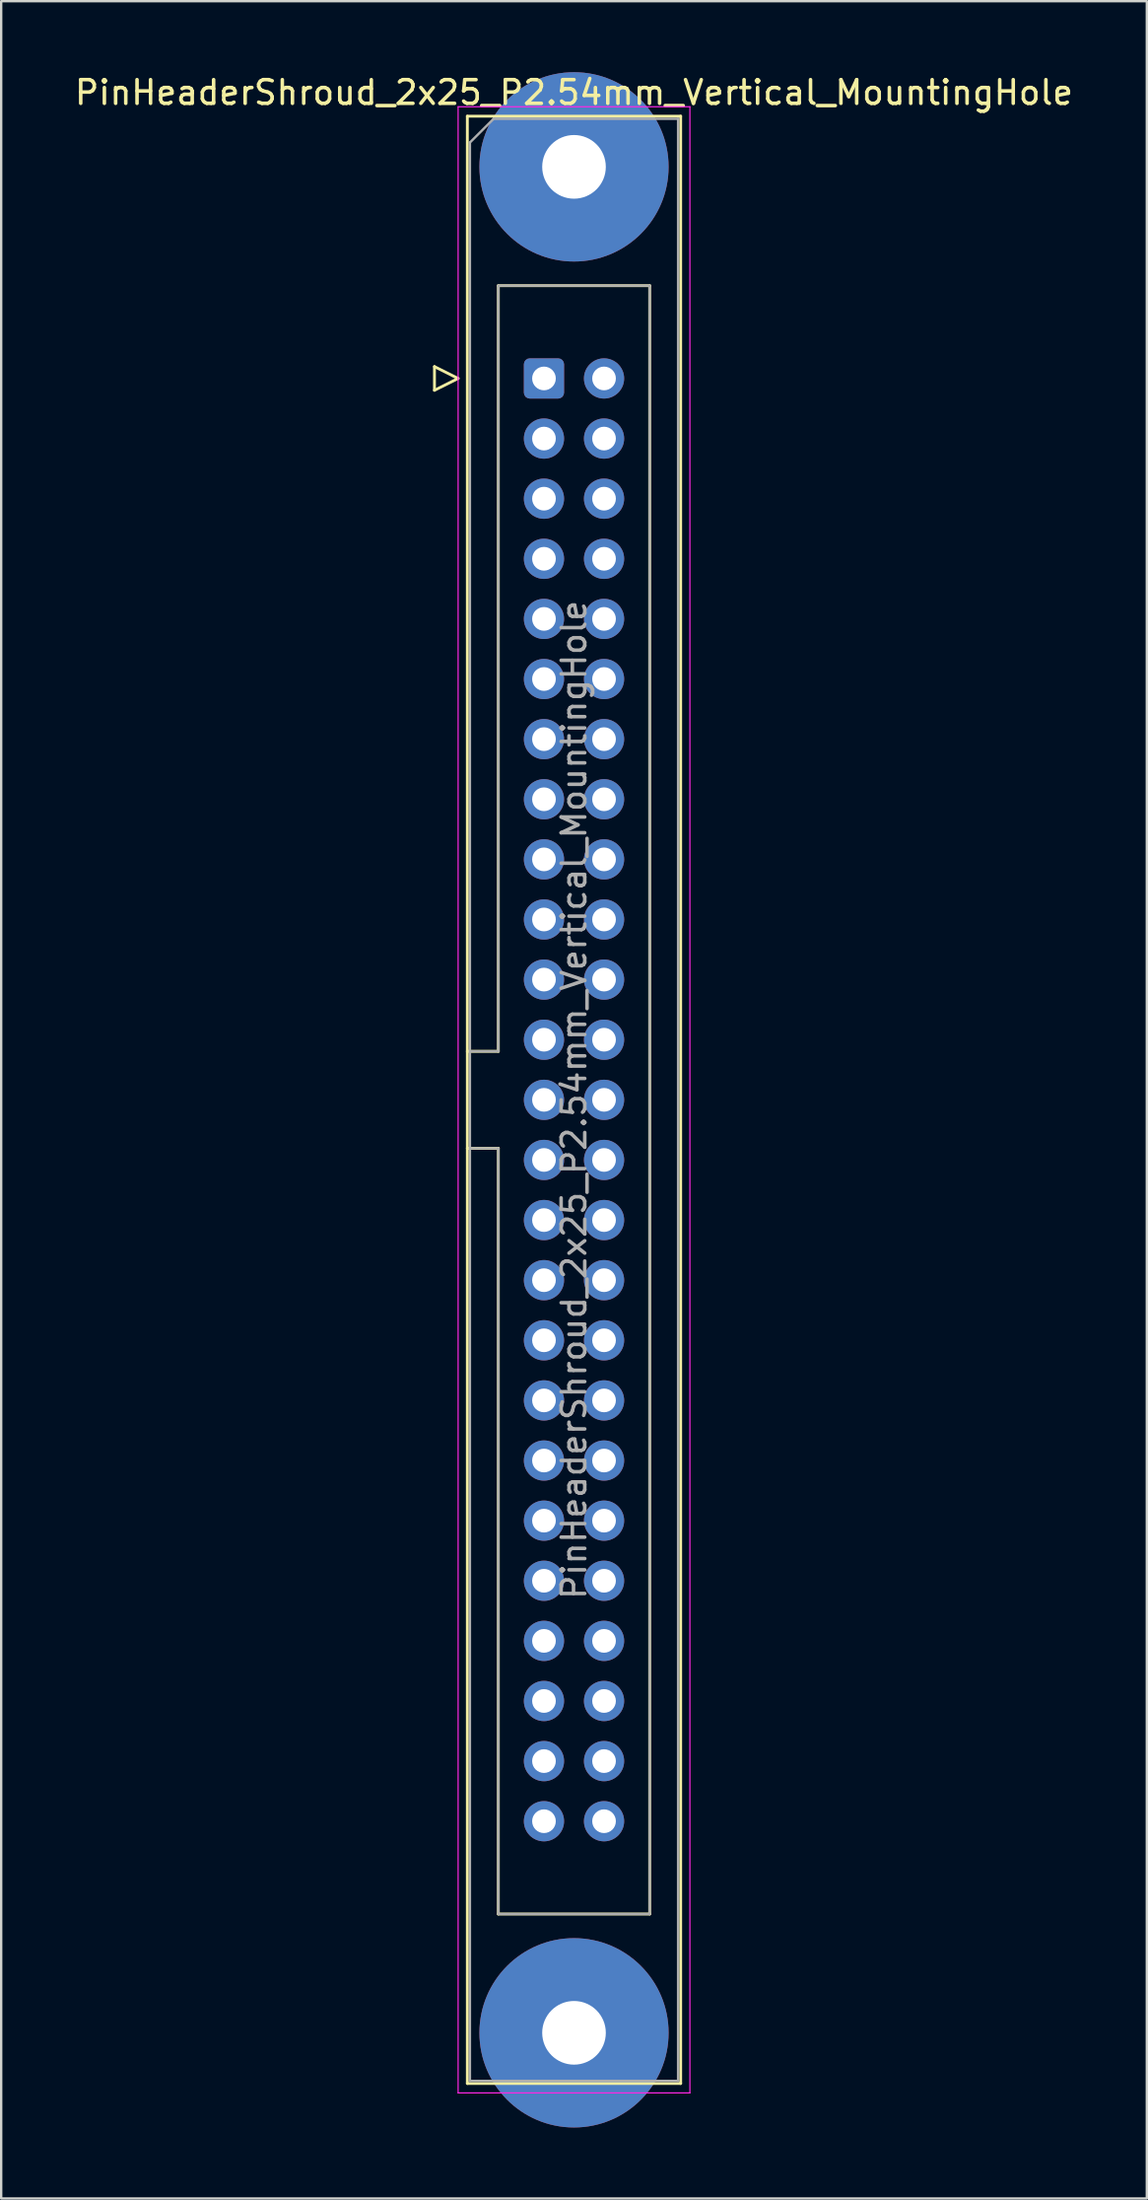
<source format=kicad_pcb>
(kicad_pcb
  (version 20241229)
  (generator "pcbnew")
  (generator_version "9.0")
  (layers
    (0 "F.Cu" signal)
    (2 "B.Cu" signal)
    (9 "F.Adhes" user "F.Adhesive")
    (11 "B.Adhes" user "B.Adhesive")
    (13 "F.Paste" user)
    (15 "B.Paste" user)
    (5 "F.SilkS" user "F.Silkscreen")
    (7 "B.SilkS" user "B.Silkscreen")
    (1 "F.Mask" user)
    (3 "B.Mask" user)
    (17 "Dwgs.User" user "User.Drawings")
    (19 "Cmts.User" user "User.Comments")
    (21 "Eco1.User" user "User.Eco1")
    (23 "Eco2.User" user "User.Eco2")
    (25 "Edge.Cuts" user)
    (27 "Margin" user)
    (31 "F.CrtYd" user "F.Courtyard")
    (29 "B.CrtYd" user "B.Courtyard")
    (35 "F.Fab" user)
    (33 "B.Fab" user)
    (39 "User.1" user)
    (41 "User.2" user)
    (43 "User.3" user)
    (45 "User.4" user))
  (footprint "PinHeaderShroud_2x25_P2.54mm_Vertical_MountingHole"
    (layer "F.Cu")
    (at 19.95 12.94)
    (property "Reference" "PinHeaderShroud_2x25_P2.54mm_Vertical_MountingHole" (at 1.27 -12.08 0) (layer "F.SilkS") (effects (font (size 1 1) (thickness 0.15))))
    (attr through_hole)
    (fp_line (start -4.63 -0.5) (end -4.63 0.5) (stroke (width 0.12) (type solid)) (layer "F.SilkS"))
    (fp_line (start -4.63 0.5) (end -3.63 0) (stroke (width 0.12) (type solid)) (layer "F.SilkS"))
    (fp_line (start -3.63 0) (end -4.63 -0.5) (stroke (width 0.12) (type solid)) (layer "F.SilkS"))
    (fp_line (start -3.24 -11.08) (end 5.78 -11.08) (stroke (width 0.12) (type solid)) (layer "F.SilkS"))
    (fp_line (start -3.24 28.43) (end -1.93 28.43) (stroke (width 0.12) (type solid)) (layer "F.SilkS"))
    (fp_line (start -3.24 32.53) (end -1.93 32.53) (stroke (width 0.12) (type solid)) (layer "F.SilkS"))
    (fp_line (start -3.24 72.04) (end -3.24 -11.08) (stroke (width 0.12) (type solid)) (layer "F.SilkS"))
    (fp_line (start -1.93 -3.92) (end 4.47 -3.92) (stroke (width 0.12) (type solid)) (layer "F.SilkS"))
    (fp_line (start -1.93 28.43) (end -1.93 -3.92) (stroke (width 0.12) (type solid)) (layer "F.SilkS"))
    (fp_line (start -1.93 64.88) (end -1.93 32.53) (stroke (width 0.12) (type solid)) (layer "F.SilkS"))
    (fp_line (start 4.47 -3.92) (end 4.47 64.88) (stroke (width 0.12) (type solid)) (layer "F.SilkS"))
    (fp_line (start 4.47 64.88) (end -1.93 64.88) (stroke (width 0.12) (type solid)) (layer "F.SilkS"))
    (fp_line (start 5.78 -11.08) (end 5.78 72.04) (stroke (width 0.12) (type solid)) (layer "F.SilkS"))
    (fp_line (start 5.78 72.04) (end -3.24 72.04) (stroke (width 0.12) (type solid)) (layer "F.SilkS"))
    (fp_line (start -3.63 -11.48) (end -3.63 72.44) (stroke (width 0.05) (type solid)) (layer "F.CrtYd"))
    (fp_line (start -3.63 72.44) (end 6.17 72.44) (stroke (width 0.05) (type solid)) (layer "F.CrtYd"))
    (fp_line (start 6.17 -11.48) (end -3.63 -11.48) (stroke (width 0.05) (type solid)) (layer "F.CrtYd"))
    (fp_line (start 6.17 72.44) (end 6.17 -11.48) (stroke (width 0.05) (type solid)) (layer "F.CrtYd"))
    (fp_line (start -3.13 -9.97) (end -2.13 -10.97) (stroke (width 0.1) (type solid)) (layer "F.Fab"))
    (fp_line (start -3.13 28.43) (end -1.93 28.43) (stroke (width 0.1) (type solid)) (layer "F.Fab"))
    (fp_line (start -3.13 32.53) (end -1.93 32.53) (stroke (width 0.1) (type solid)) (layer "F.Fab"))
    (fp_line (start -3.13 71.93) (end -3.13 -9.97) (stroke (width 0.1) (type solid)) (layer "F.Fab"))
    (fp_line (start -2.13 -10.97) (end 5.67 -10.97) (stroke (width 0.1) (type solid)) (layer "F.Fab"))
    (fp_line (start -1.93 -3.92) (end 4.47 -3.92) (stroke (width 0.1) (type solid)) (layer "F.Fab"))
    (fp_line (start -1.93 28.43) (end -1.93 -3.92) (stroke (width 0.1) (type solid)) (layer "F.Fab"))
    (fp_line (start -1.93 64.88) (end -1.93 32.53) (stroke (width 0.1) (type solid)) (layer "F.Fab"))
    (fp_line (start 4.47 -3.92) (end 4.47 64.88) (stroke (width 0.1) (type solid)) (layer "F.Fab"))
    (fp_line (start 4.47 64.88) (end -1.93 64.88) (stroke (width 0.1) (type solid)) (layer "F.Fab"))
    (fp_line (start 5.67 -10.97) (end 5.67 71.93) (stroke (width 0.1) (type solid)) (layer "F.Fab"))
    (fp_line (start 5.67 71.93) (end -3.13 71.93) (stroke (width 0.1) (type solid)) (layer "F.Fab"))
    (fp_text user "${REFERENCE}" (at 1.27 30.48 90) (layer "F.Fab") (effects (font (size 1 1) (thickness 0.15))))
    (pad "" thru_hole circle (at 1.27 -8.94) (size 8 8) (drill 2.69) (layers "*.Cu" "*.Mask"))
    (pad "" thru_hole circle (at 1.27 69.9) (size 8 8) (drill 2.69) (layers "*.Cu" "*.Mask"))
    (pad "1" thru_hole roundrect (at 0 0) (size 1.7 1.7) (drill 1) (layers "*.Cu" "*.Mask") (roundrect_rratio 0.147))
    (pad "2" thru_hole circle (at 2.54 0) (size 1.7 1.7) (drill 1) (layers "*.Cu" "*.Mask"))
    (pad "3" thru_hole circle (at 0 2.54) (size 1.7 1.7) (drill 1) (layers "*.Cu" "*.Mask"))
    (pad "4" thru_hole circle (at 2.54 2.54) (size 1.7 1.7) (drill 1) (layers "*.Cu" "*.Mask"))
    (pad "5" thru_hole circle (at 0 5.08) (size 1.7 1.7) (drill 1) (layers "*.Cu" "*.Mask"))
    (pad "6" thru_hole circle (at 2.54 5.08) (size 1.7 1.7) (drill 1) (layers "*.Cu" "*.Mask"))
    (pad "7" thru_hole circle (at 0 7.62) (size 1.7 1.7) (drill 1) (layers "*.Cu" "*.Mask"))
    (pad "8" thru_hole circle (at 2.54 7.62) (size 1.7 1.7) (drill 1) (layers "*.Cu" "*.Mask"))
    (pad "9" thru_hole circle (at 0 10.16) (size 1.7 1.7) (drill 1) (layers "*.Cu" "*.Mask"))
    (pad "10" thru_hole circle (at 2.54 10.16) (size 1.7 1.7) (drill 1) (layers "*.Cu" "*.Mask"))
    (pad "11" thru_hole circle (at 0 12.7) (size 1.7 1.7) (drill 1) (layers "*.Cu" "*.Mask"))
    (pad "12" thru_hole circle (at 2.54 12.7) (size 1.7 1.7) (drill 1) (layers "*.Cu" "*.Mask"))
    (pad "13" thru_hole circle (at 0 15.24) (size 1.7 1.7) (drill 1) (layers "*.Cu" "*.Mask"))
    (pad "14" thru_hole circle (at 2.54 15.24) (size 1.7 1.7) (drill 1) (layers "*.Cu" "*.Mask"))
    (pad "15" thru_hole circle (at 0 17.78) (size 1.7 1.7) (drill 1) (layers "*.Cu" "*.Mask"))
    (pad "16" thru_hole circle (at 2.54 17.78) (size 1.7 1.7) (drill 1) (layers "*.Cu" "*.Mask"))
    (pad "17" thru_hole circle (at 0 20.32) (size 1.7 1.7) (drill 1) (layers "*.Cu" "*.Mask"))
    (pad "18" thru_hole circle (at 2.54 20.32) (size 1.7 1.7) (drill 1) (layers "*.Cu" "*.Mask"))
    (pad "19" thru_hole circle (at 0 22.86) (size 1.7 1.7) (drill 1) (layers "*.Cu" "*.Mask"))
    (pad "20" thru_hole circle (at 2.54 22.86) (size 1.7 1.7) (drill 1) (layers "*.Cu" "*.Mask"))
    (pad "21" thru_hole circle (at 0 25.4) (size 1.7 1.7) (drill 1) (layers "*.Cu" "*.Mask"))
    (pad "22" thru_hole circle (at 2.54 25.4) (size 1.7 1.7) (drill 1) (layers "*.Cu" "*.Mask"))
    (pad "23" thru_hole circle (at 0 27.94) (size 1.7 1.7) (drill 1) (layers "*.Cu" "*.Mask"))
    (pad "24" thru_hole circle (at 2.54 27.94) (size 1.7 1.7) (drill 1) (layers "*.Cu" "*.Mask"))
    (pad "25" thru_hole circle (at 0 30.48) (size 1.7 1.7) (drill 1) (layers "*.Cu" "*.Mask"))
    (pad "26" thru_hole circle (at 2.54 30.48) (size 1.7 1.7) (drill 1) (layers "*.Cu" "*.Mask"))
    (pad "27" thru_hole circle (at 0 33.02) (size 1.7 1.7) (drill 1) (layers "*.Cu" "*.Mask"))
    (pad "28" thru_hole circle (at 2.54 33.02) (size 1.7 1.7) (drill 1) (layers "*.Cu" "*.Mask"))
    (pad "29" thru_hole circle (at 0 35.56) (size 1.7 1.7) (drill 1) (layers "*.Cu" "*.Mask"))
    (pad "30" thru_hole circle (at 2.54 35.56) (size 1.7 1.7) (drill 1) (layers "*.Cu" "*.Mask"))
    (pad "31" thru_hole circle (at 0 38.1) (size 1.7 1.7) (drill 1) (layers "*.Cu" "*.Mask"))
    (pad "32" thru_hole circle (at 2.54 38.1) (size 1.7 1.7) (drill 1) (layers "*.Cu" "*.Mask"))
    (pad "33" thru_hole circle (at 0 40.64) (size 1.7 1.7) (drill 1) (layers "*.Cu" "*.Mask"))
    (pad "34" thru_hole circle (at 2.54 40.64) (size 1.7 1.7) (drill 1) (layers "*.Cu" "*.Mask"))
    (pad "35" thru_hole circle (at 0 43.18) (size 1.7 1.7) (drill 1) (layers "*.Cu" "*.Mask"))
    (pad "36" thru_hole circle (at 2.54 43.18) (size 1.7 1.7) (drill 1) (layers "*.Cu" "*.Mask"))
    (pad "37" thru_hole circle (at 0 45.72) (size 1.7 1.7) (drill 1) (layers "*.Cu" "*.Mask"))
    (pad "38" thru_hole circle (at 2.54 45.72) (size 1.7 1.7) (drill 1) (layers "*.Cu" "*.Mask"))
    (pad "39" thru_hole circle (at 0 48.26) (size 1.7 1.7) (drill 1) (layers "*.Cu" "*.Mask"))
    (pad "40" thru_hole circle (at 2.54 48.26) (size 1.7 1.7) (drill 1) (layers "*.Cu" "*.Mask"))
    (pad "41" thru_hole circle (at 0 50.8) (size 1.7 1.7) (drill 1) (layers "*.Cu" "*.Mask"))
    (pad "42" thru_hole circle (at 2.54 50.8) (size 1.7 1.7) (drill 1) (layers "*.Cu" "*.Mask"))
    (pad "43" thru_hole circle (at 0 53.34) (size 1.7 1.7) (drill 1) (layers "*.Cu" "*.Mask"))
    (pad "44" thru_hole circle (at 2.54 53.34) (size 1.7 1.7) (drill 1) (layers "*.Cu" "*.Mask"))
    (pad "45" thru_hole circle (at 0 55.88) (size 1.7 1.7) (drill 1) (layers "*.Cu" "*.Mask"))
    (pad "46" thru_hole circle (at 2.54 55.88) (size 1.7 1.7) (drill 1) (layers "*.Cu" "*.Mask"))
    (pad "47" thru_hole circle (at 0 58.42) (size 1.7 1.7) (drill 1) (layers "*.Cu" "*.Mask"))
    (pad "48" thru_hole circle (at 2.54 58.42) (size 1.7 1.7) (drill 1) (layers "*.Cu" "*.Mask"))
    (pad "49" thru_hole circle (at 0 60.96) (size 1.7 1.7) (drill 1) (layers "*.Cu" "*.Mask"))
    (pad "50" thru_hole circle (at 2.54 60.96) (size 1.7 1.7) (drill 1) (layers "*.Cu" "*.Mask")))
  (gr_rect
    (start -3 -3)
    (end 45.44 89.84)
    (stroke (width 0.1) (type default))
    (fill no)
    (layer "Edge.Cuts")))
</source>
